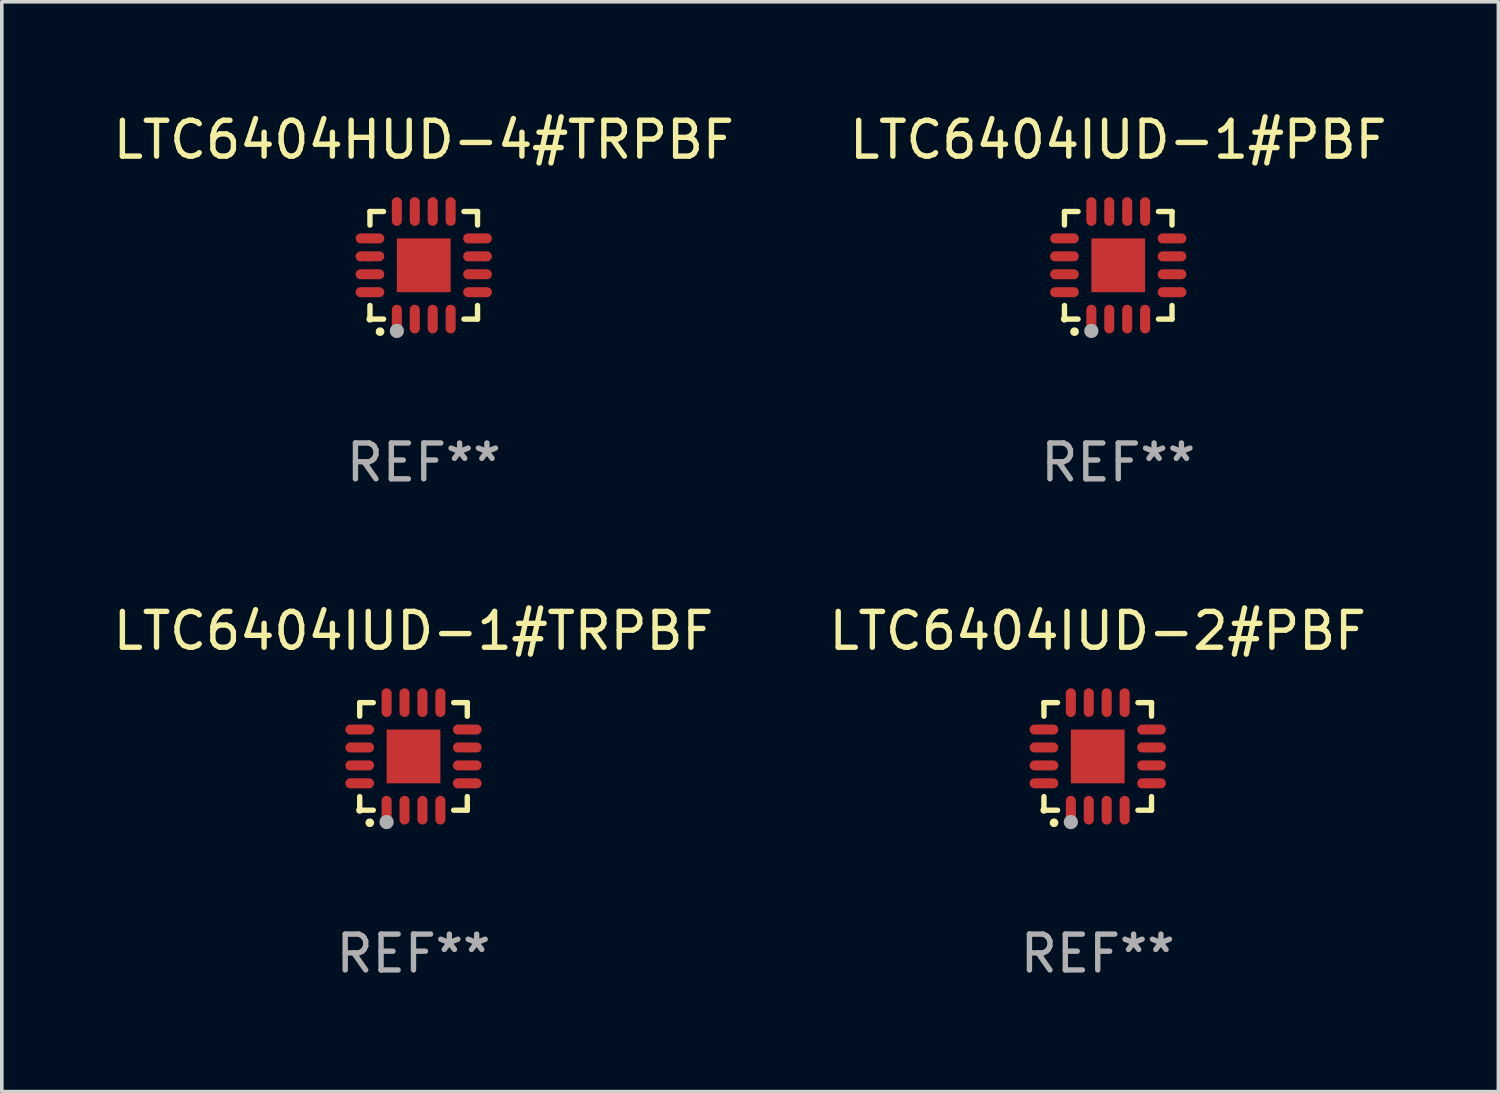
<source format=kicad_pcb>
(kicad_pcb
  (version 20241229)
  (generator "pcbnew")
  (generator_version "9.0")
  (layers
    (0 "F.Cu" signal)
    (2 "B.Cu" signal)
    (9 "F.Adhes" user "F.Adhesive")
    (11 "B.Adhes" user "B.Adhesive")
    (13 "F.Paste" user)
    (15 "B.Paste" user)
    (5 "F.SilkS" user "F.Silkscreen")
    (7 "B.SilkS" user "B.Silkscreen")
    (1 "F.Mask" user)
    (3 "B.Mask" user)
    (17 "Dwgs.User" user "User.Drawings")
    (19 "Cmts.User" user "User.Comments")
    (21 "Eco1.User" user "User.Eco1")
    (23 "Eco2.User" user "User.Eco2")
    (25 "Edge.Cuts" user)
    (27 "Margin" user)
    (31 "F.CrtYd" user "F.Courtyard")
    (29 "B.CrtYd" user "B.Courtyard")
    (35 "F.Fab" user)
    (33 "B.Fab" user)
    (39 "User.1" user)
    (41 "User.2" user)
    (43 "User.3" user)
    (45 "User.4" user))
  (footprint "LTC6404IUD-1#TRPBF"
    (layer "F.Cu")
    (at 8.482 18.046)
    (property "Reference" "LTC6404IUD-1#TRPBF" (at 0 -3.5 0) (layer "F.SilkS") (effects (font (size 1 1) (thickness 0.15))))
    (attr through_hole)
    (fp_line (start -1.5 -1.5) (end -1.121 -1.5) (stroke (width 0.15) (type solid)) (layer "F.SilkS"))
    (fp_line (start -1.5 -1.122) (end -1.5 -1.5) (stroke (width 0.15) (type solid)) (layer "F.SilkS"))
    (fp_line (start -1.5 1.5) (end -1.5 1.121) (stroke (width 0.15) (type solid)) (layer "F.SilkS"))
    (fp_line (start -1.121 1.5) (end -1.5 1.5) (stroke (width 0.15) (type solid)) (layer "F.SilkS"))
    (fp_line (start 1.121 -1.5) (end 1.5 -1.5) (stroke (width 0.15) (type solid)) (layer "F.SilkS"))
    (fp_line (start 1.5 -1.5) (end 1.5 -1.122) (stroke (width 0.15) (type solid)) (layer "F.SilkS"))
    (fp_line (start 1.5 1.121) (end 1.5 1.5) (stroke (width 0.15) (type solid)) (layer "F.SilkS"))
    (fp_line (start 1.5 1.5) (end 1.121 1.5) (stroke (width 0.15) (type solid)) (layer "F.SilkS"))
    (fp_arc (start -1.219926 1.850254) (mid -1.21891 1.85025) (end -1.217894 1.850254) (stroke (width 0.240005) (type solid)) (layer "F.SilkS"))
    (fp_circle (center -1.5 1.5) (end -1.45 1.5) (stroke (width 0.1) (type solid)) (fill no) (layer "F.SilkS"))
    (fp_circle (center -0.75 1.83) (end -0.65 1.83) (stroke (width 0.2) (type solid)) (fill no) (layer "F.Fab"))
    (fp_text user "REF**" (at 0 5.5 0) (layer "F.Fab") (effects (font (size 1 1) (thickness 0.15))))
    (pad "1" smd oval (at -0.75 1.5) (size 0.28 0.8) (layers "F.Cu" "F.Mask" "F.Paste"))
    (pad "2" smd oval (at -0.25 1.5) (size 0.28 0.8) (layers "F.Cu" "F.Mask" "F.Paste"))
    (pad "3" smd oval (at 0.25 1.5) (size 0.28 0.8) (layers "F.Cu" "F.Mask" "F.Paste"))
    (pad "4" smd oval (at 0.75 1.5) (size 0.28 0.8) (layers "F.Cu" "F.Mask" "F.Paste"))
    (pad "5" smd oval (at 1.5 0.75) (size 0.8 0.28) (layers "F.Cu" "F.Mask" "F.Paste"))
    (pad "6" smd oval (at 1.5 0.25) (size 0.8 0.28) (layers "F.Cu" "F.Mask" "F.Paste"))
    (pad "7" smd oval (at 1.5 -0.25) (size 0.8 0.28) (layers "F.Cu" "F.Mask" "F.Paste"))
    (pad "8" smd oval (at 1.5 -0.75) (size 0.8 0.28) (layers "F.Cu" "F.Mask" "F.Paste"))
    (pad "9" smd oval (at 0.75 -1.5) (size 0.28 0.8) (layers "F.Cu" "F.Mask" "F.Paste"))
    (pad "10" smd oval (at 0.25 -1.5) (size 0.28 0.8) (layers "F.Cu" "F.Mask" "F.Paste"))
    (pad "11" smd oval (at -0.25 -1.5) (size 0.28 0.8) (layers "F.Cu" "F.Mask" "F.Paste"))
    (pad "12" smd oval (at -0.75 -1.5) (size 0.28 0.8) (layers "F.Cu" "F.Mask" "F.Paste"))
    (pad "13" smd oval (at -1.5 -0.75) (size 0.8 0.28) (layers "F.Cu" "F.Mask" "F.Paste"))
    (pad "14" smd oval (at -1.5 -0.25) (size 0.8 0.28) (layers "F.Cu" "F.Mask" "F.Paste"))
    (pad "15" smd oval (at -1.5 0.25) (size 0.8 0.28) (layers "F.Cu" "F.Mask" "F.Paste"))
    (pad "16" smd oval (at -1.5 0.75) (size 0.8 0.28) (layers "F.Cu" "F.Mask" "F.Paste"))
    (pad "17" smd rect (at -0.000064 0.000165) (size 1.5 1.5) (layers "F.Cu" "F.Mask" "F.Paste")))
  (footprint "LTC6404HUD-4#TRPBF"
    (layer "F.Cu")
    (at 8.768 4.349)
    (property "Reference" "LTC6404HUD-4#TRPBF" (at 0 -3.5 0) (layer "F.SilkS") (effects (font (size 1 1) (thickness 0.15))))
    (attr through_hole)
    (fp_line (start -1.5 -1.5) (end -1.121 -1.5) (stroke (width 0.15) (type solid)) (layer "F.SilkS"))
    (fp_line (start -1.5 -1.122) (end -1.5 -1.5) (stroke (width 0.15) (type solid)) (layer "F.SilkS"))
    (fp_line (start -1.5 1.5) (end -1.5 1.121) (stroke (width 0.15) (type solid)) (layer "F.SilkS"))
    (fp_line (start -1.121 1.5) (end -1.5 1.5) (stroke (width 0.15) (type solid)) (layer "F.SilkS"))
    (fp_line (start 1.121 -1.5) (end 1.5 -1.5) (stroke (width 0.15) (type solid)) (layer "F.SilkS"))
    (fp_line (start 1.5 -1.5) (end 1.5 -1.122) (stroke (width 0.15) (type solid)) (layer "F.SilkS"))
    (fp_line (start 1.5 1.121) (end 1.5 1.5) (stroke (width 0.15) (type solid)) (layer "F.SilkS"))
    (fp_line (start 1.5 1.5) (end 1.121 1.5) (stroke (width 0.15) (type solid)) (layer "F.SilkS"))
    (fp_arc (start -1.219926 1.850254) (mid -1.21891 1.85025) (end -1.217894 1.850254) (stroke (width 0.240005) (type solid)) (layer "F.SilkS"))
    (fp_circle (center -1.5 1.5) (end -1.45 1.5) (stroke (width 0.1) (type solid)) (fill no) (layer "F.SilkS"))
    (fp_circle (center -0.75 1.83) (end -0.65 1.83) (stroke (width 0.2) (type solid)) (fill no) (layer "F.Fab"))
    (fp_text user "REF**" (at 0 5.5 0) (layer "F.Fab") (effects (font (size 1 1) (thickness 0.15))))
    (pad "1" smd oval (at -0.75 1.5) (size 0.28 0.8) (layers "F.Cu" "F.Mask" "F.Paste"))
    (pad "2" smd oval (at -0.25 1.5) (size 0.28 0.8) (layers "F.Cu" "F.Mask" "F.Paste"))
    (pad "3" smd oval (at 0.25 1.5) (size 0.28 0.8) (layers "F.Cu" "F.Mask" "F.Paste"))
    (pad "4" smd oval (at 0.75 1.5) (size 0.28 0.8) (layers "F.Cu" "F.Mask" "F.Paste"))
    (pad "5" smd oval (at 1.5 0.75) (size 0.8 0.28) (layers "F.Cu" "F.Mask" "F.Paste"))
    (pad "6" smd oval (at 1.5 0.25) (size 0.8 0.28) (layers "F.Cu" "F.Mask" "F.Paste"))
    (pad "7" smd oval (at 1.5 -0.25) (size 0.8 0.28) (layers "F.Cu" "F.Mask" "F.Paste"))
    (pad "8" smd oval (at 1.5 -0.75) (size 0.8 0.28) (layers "F.Cu" "F.Mask" "F.Paste"))
    (pad "9" smd oval (at 0.75 -1.5) (size 0.28 0.8) (layers "F.Cu" "F.Mask" "F.Paste"))
    (pad "10" smd oval (at 0.25 -1.5) (size 0.28 0.8) (layers "F.Cu" "F.Mask" "F.Paste"))
    (pad "11" smd oval (at -0.25 -1.5) (size 0.28 0.8) (layers "F.Cu" "F.Mask" "F.Paste"))
    (pad "12" smd oval (at -0.75 -1.5) (size 0.28 0.8) (layers "F.Cu" "F.Mask" "F.Paste"))
    (pad "13" smd oval (at -1.5 -0.75) (size 0.8 0.28) (layers "F.Cu" "F.Mask" "F.Paste"))
    (pad "14" smd oval (at -1.5 -0.25) (size 0.8 0.28) (layers "F.Cu" "F.Mask" "F.Paste"))
    (pad "15" smd oval (at -1.5 0.25) (size 0.8 0.28) (layers "F.Cu" "F.Mask" "F.Paste"))
    (pad "16" smd oval (at -1.5 0.75) (size 0.8 0.28) (layers "F.Cu" "F.Mask" "F.Paste"))
    (pad "17" smd rect (at -0.000064 0.000165) (size 1.5 1.5) (layers "F.Cu" "F.Mask" "F.Paste")))
  (footprint "LTC6404IUD-1#PBF"
    (layer "F.Cu")
    (at 28.137 4.349)
    (property "Reference" "LTC6404IUD-1#PBF" (at 0 -3.5 0) (layer "F.SilkS") (effects (font (size 1 1) (thickness 0.15))))
    (attr through_hole)
    (fp_line (start -1.5 -1.5) (end -1.121 -1.5) (stroke (width 0.15) (type solid)) (layer "F.SilkS"))
    (fp_line (start -1.5 -1.122) (end -1.5 -1.5) (stroke (width 0.15) (type solid)) (layer "F.SilkS"))
    (fp_line (start -1.5 1.5) (end -1.5 1.121) (stroke (width 0.15) (type solid)) (layer "F.SilkS"))
    (fp_line (start -1.121 1.5) (end -1.5 1.5) (stroke (width 0.15) (type solid)) (layer "F.SilkS"))
    (fp_line (start 1.121 -1.5) (end 1.5 -1.5) (stroke (width 0.15) (type solid)) (layer "F.SilkS"))
    (fp_line (start 1.5 -1.5) (end 1.5 -1.122) (stroke (width 0.15) (type solid)) (layer "F.SilkS"))
    (fp_line (start 1.5 1.121) (end 1.5 1.5) (stroke (width 0.15) (type solid)) (layer "F.SilkS"))
    (fp_line (start 1.5 1.5) (end 1.121 1.5) (stroke (width 0.15) (type solid)) (layer "F.SilkS"))
    (fp_arc (start -1.219926 1.850254) (mid -1.21891 1.85025) (end -1.217894 1.850254) (stroke (width 0.240005) (type solid)) (layer "F.SilkS"))
    (fp_circle (center -1.5 1.5) (end -1.45 1.5) (stroke (width 0.1) (type solid)) (fill no) (layer "F.SilkS"))
    (fp_circle (center -0.75 1.83) (end -0.65 1.83) (stroke (width 0.2) (type solid)) (fill no) (layer "F.Fab"))
    (fp_text user "REF**" (at 0 5.5 0) (layer "F.Fab") (effects (font (size 1 1) (thickness 0.15))))
    (pad "1" smd oval (at -0.75 1.5) (size 0.28 0.8) (layers "F.Cu" "F.Mask" "F.Paste"))
    (pad "2" smd oval (at -0.25 1.5) (size 0.28 0.8) (layers "F.Cu" "F.Mask" "F.Paste"))
    (pad "3" smd oval (at 0.25 1.5) (size 0.28 0.8) (layers "F.Cu" "F.Mask" "F.Paste"))
    (pad "4" smd oval (at 0.75 1.5) (size 0.28 0.8) (layers "F.Cu" "F.Mask" "F.Paste"))
    (pad "5" smd oval (at 1.5 0.75) (size 0.8 0.28) (layers "F.Cu" "F.Mask" "F.Paste"))
    (pad "6" smd oval (at 1.5 0.25) (size 0.8 0.28) (layers "F.Cu" "F.Mask" "F.Paste"))
    (pad "7" smd oval (at 1.5 -0.25) (size 0.8 0.28) (layers "F.Cu" "F.Mask" "F.Paste"))
    (pad "8" smd oval (at 1.5 -0.75) (size 0.8 0.28) (layers "F.Cu" "F.Mask" "F.Paste"))
    (pad "9" smd oval (at 0.75 -1.5) (size 0.28 0.8) (layers "F.Cu" "F.Mask" "F.Paste"))
    (pad "10" smd oval (at 0.25 -1.5) (size 0.28 0.8) (layers "F.Cu" "F.Mask" "F.Paste"))
    (pad "11" smd oval (at -0.25 -1.5) (size 0.28 0.8) (layers "F.Cu" "F.Mask" "F.Paste"))
    (pad "12" smd oval (at -0.75 -1.5) (size 0.28 0.8) (layers "F.Cu" "F.Mask" "F.Paste"))
    (pad "13" smd oval (at -1.5 -0.75) (size 0.8 0.28) (layers "F.Cu" "F.Mask" "F.Paste"))
    (pad "14" smd oval (at -1.5 -0.25) (size 0.8 0.28) (layers "F.Cu" "F.Mask" "F.Paste"))
    (pad "15" smd oval (at -1.5 0.25) (size 0.8 0.28) (layers "F.Cu" "F.Mask" "F.Paste"))
    (pad "16" smd oval (at -1.5 0.75) (size 0.8 0.28) (layers "F.Cu" "F.Mask" "F.Paste"))
    (pad "17" smd rect (at -0.000064 0.000165) (size 1.5 1.5) (layers "F.Cu" "F.Mask" "F.Paste")))
  (footprint "LTC6404IUD-2#PBF"
    (layer "F.Cu")
    (at 27.565 18.046)
    (property "Reference" "LTC6404IUD-2#PBF" (at 0 -3.5 0) (layer "F.SilkS") (effects (font (size 1 1) (thickness 0.15))))
    (attr through_hole)
    (fp_line (start -1.5 -1.5) (end -1.121 -1.5) (stroke (width 0.15) (type solid)) (layer "F.SilkS"))
    (fp_line (start -1.5 -1.122) (end -1.5 -1.5) (stroke (width 0.15) (type solid)) (layer "F.SilkS"))
    (fp_line (start -1.5 1.5) (end -1.5 1.121) (stroke (width 0.15) (type solid)) (layer "F.SilkS"))
    (fp_line (start -1.121 1.5) (end -1.5 1.5) (stroke (width 0.15) (type solid)) (layer "F.SilkS"))
    (fp_line (start 1.121 -1.5) (end 1.5 -1.5) (stroke (width 0.15) (type solid)) (layer "F.SilkS"))
    (fp_line (start 1.5 -1.5) (end 1.5 -1.122) (stroke (width 0.15) (type solid)) (layer "F.SilkS"))
    (fp_line (start 1.5 1.121) (end 1.5 1.5) (stroke (width 0.15) (type solid)) (layer "F.SilkS"))
    (fp_line (start 1.5 1.5) (end 1.121 1.5) (stroke (width 0.15) (type solid)) (layer "F.SilkS"))
    (fp_arc (start -1.219926 1.850254) (mid -1.21891 1.85025) (end -1.217894 1.850254) (stroke (width 0.240005) (type solid)) (layer "F.SilkS"))
    (fp_circle (center -1.5 1.5) (end -1.45 1.5) (stroke (width 0.1) (type solid)) (fill no) (layer "F.SilkS"))
    (fp_circle (center -0.75 1.83) (end -0.65 1.83) (stroke (width 0.2) (type solid)) (fill no) (layer "F.Fab"))
    (fp_text user "REF**" (at 0 5.5 0) (layer "F.Fab") (effects (font (size 1 1) (thickness 0.15))))
    (pad "1" smd oval (at -0.75 1.5) (size 0.28 0.8) (layers "F.Cu" "F.Mask" "F.Paste"))
    (pad "2" smd oval (at -0.25 1.5) (size 0.28 0.8) (layers "F.Cu" "F.Mask" "F.Paste"))
    (pad "3" smd oval (at 0.25 1.5) (size 0.28 0.8) (layers "F.Cu" "F.Mask" "F.Paste"))
    (pad "4" smd oval (at 0.75 1.5) (size 0.28 0.8) (layers "F.Cu" "F.Mask" "F.Paste"))
    (pad "5" smd oval (at 1.5 0.75) (size 0.8 0.28) (layers "F.Cu" "F.Mask" "F.Paste"))
    (pad "6" smd oval (at 1.5 0.25) (size 0.8 0.28) (layers "F.Cu" "F.Mask" "F.Paste"))
    (pad "7" smd oval (at 1.5 -0.25) (size 0.8 0.28) (layers "F.Cu" "F.Mask" "F.Paste"))
    (pad "8" smd oval (at 1.5 -0.75) (size 0.8 0.28) (layers "F.Cu" "F.Mask" "F.Paste"))
    (pad "9" smd oval (at 0.75 -1.5) (size 0.28 0.8) (layers "F.Cu" "F.Mask" "F.Paste"))
    (pad "10" smd oval (at 0.25 -1.5) (size 0.28 0.8) (layers "F.Cu" "F.Mask" "F.Paste"))
    (pad "11" smd oval (at -0.25 -1.5) (size 0.28 0.8) (layers "F.Cu" "F.Mask" "F.Paste"))
    (pad "12" smd oval (at -0.75 -1.5) (size 0.28 0.8) (layers "F.Cu" "F.Mask" "F.Paste"))
    (pad "13" smd oval (at -1.5 -0.75) (size 0.8 0.28) (layers "F.Cu" "F.Mask" "F.Paste"))
    (pad "14" smd oval (at -1.5 -0.25) (size 0.8 0.28) (layers "F.Cu" "F.Mask" "F.Paste"))
    (pad "15" smd oval (at -1.5 0.25) (size 0.8 0.28) (layers "F.Cu" "F.Mask" "F.Paste"))
    (pad "16" smd oval (at -1.5 0.75) (size 0.8 0.28) (layers "F.Cu" "F.Mask" "F.Paste"))
    (pad "17" smd rect (at -0.000064 0.000165) (size 1.5 1.5) (layers "F.Cu" "F.Mask" "F.Paste")))
  (gr_rect
    (start -3 -3)
    (end 38.738 27.394)
    (stroke (width 0.1) (type default))
    (fill no)
    (layer "Edge.Cuts")))
</source>
